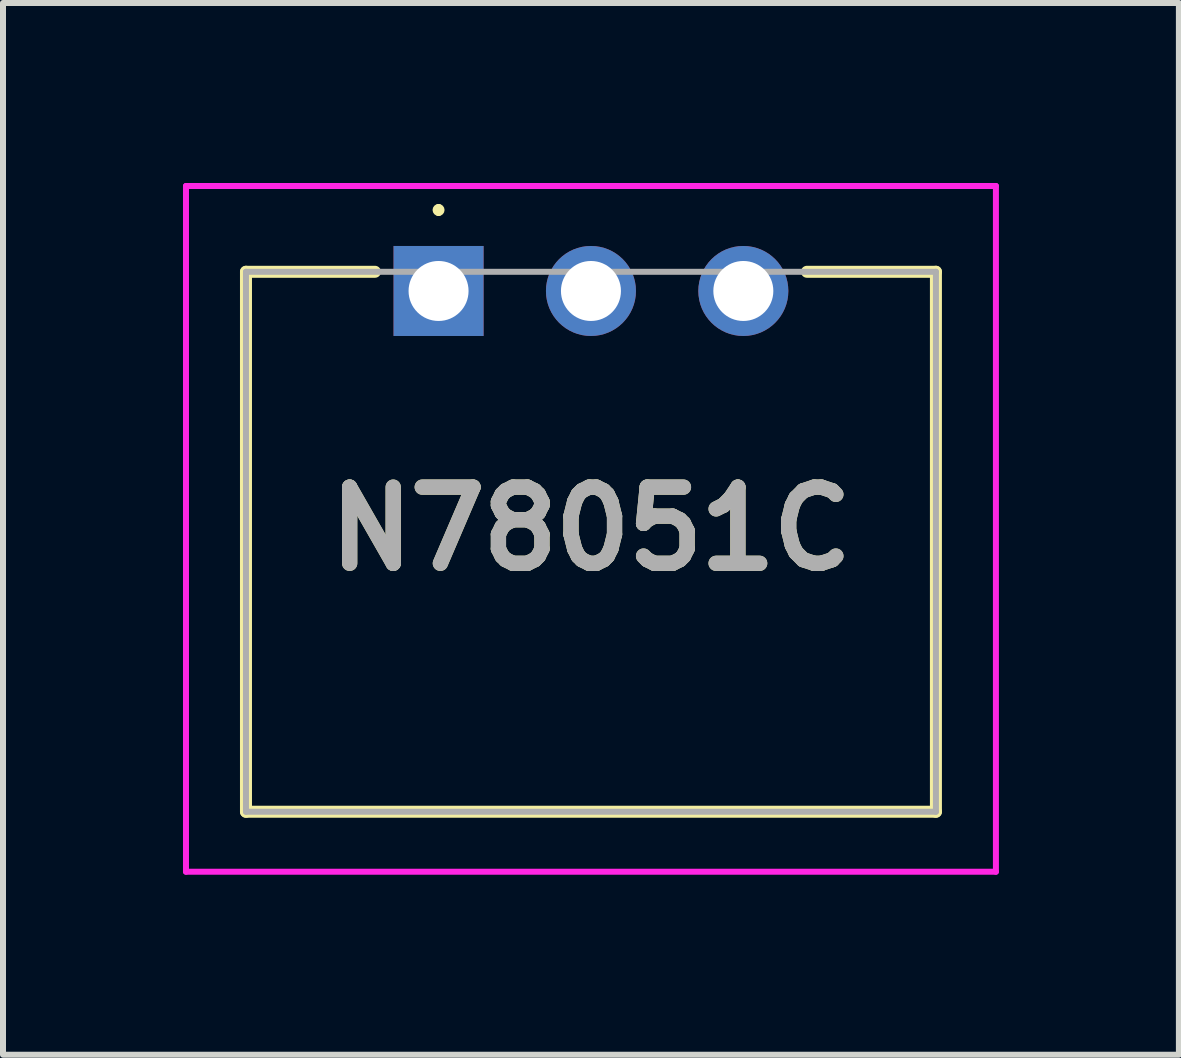
<source format=kicad_pcb>
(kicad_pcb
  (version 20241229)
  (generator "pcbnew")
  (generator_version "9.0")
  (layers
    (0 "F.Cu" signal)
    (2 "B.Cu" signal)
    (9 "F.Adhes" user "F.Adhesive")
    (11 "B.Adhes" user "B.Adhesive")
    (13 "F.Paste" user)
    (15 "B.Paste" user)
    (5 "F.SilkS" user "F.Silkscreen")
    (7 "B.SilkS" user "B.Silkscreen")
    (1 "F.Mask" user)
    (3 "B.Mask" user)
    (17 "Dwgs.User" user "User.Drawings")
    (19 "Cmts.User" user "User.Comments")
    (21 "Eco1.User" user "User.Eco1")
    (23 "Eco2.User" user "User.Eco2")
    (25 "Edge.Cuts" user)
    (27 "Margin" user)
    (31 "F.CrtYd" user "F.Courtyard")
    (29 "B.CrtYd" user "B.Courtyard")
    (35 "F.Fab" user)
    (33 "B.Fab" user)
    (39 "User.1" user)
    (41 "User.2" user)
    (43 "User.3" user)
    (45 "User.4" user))
  (footprint "N78051C"
    (layer "F.Cu")
    (at 4.26 1.8)
    (property "Reference" "N78051C" (at 2.54 3.965 0) (layer "F.SilkS") (effects (font (size 1.27 1.27) (thickness 0.254))))
    (attr through_hole)
    (fp_line (start -3.21 -0.32) (end -3.21 8.68) (stroke (width 0.2) (type solid)) (layer "F.SilkS"))
    (fp_line (start -3.21 8.68) (end 8.29 8.68) (stroke (width 0.2) (type solid)) (layer "F.SilkS"))
    (fp_line (start -1.06 -0.32) (end -3.21 -0.32) (stroke (width 0.2) (type solid)) (layer "F.SilkS"))
    (fp_line (start 0 -1.4) (end 0 -1.4) (stroke (width 0.1) (type solid)) (layer "F.SilkS"))
    (fp_line (start 0 -1.3) (end 0 -1.3) (stroke (width 0.1) (type solid)) (layer "F.SilkS"))
    (fp_line (start 8.29 -0.32) (end 6.14 -0.32) (stroke (width 0.2) (type solid)) (layer "F.SilkS"))
    (fp_line (start 8.29 8.68) (end 8.29 -0.32) (stroke (width 0.2) (type solid)) (layer "F.SilkS"))
    (fp_arc (start 0 -1.4) (mid 0.05 -1.35) (end 0 -1.3) (stroke (width 0.1) (type solid)) (layer "F.SilkS"))
    (fp_arc (start 0 -1.3) (mid -0.05 -1.35) (end 0 -1.4) (stroke (width 0.1) (type solid)) (layer "F.SilkS"))
    (fp_line (start -4.21 -1.75) (end 9.29 -1.75) (stroke (width 0.1) (type solid)) (layer "F.CrtYd"))
    (fp_line (start -4.21 9.68) (end -4.21 -1.75) (stroke (width 0.1) (type solid)) (layer "F.CrtYd"))
    (fp_line (start 9.29 -1.75) (end 9.29 9.68) (stroke (width 0.1) (type solid)) (layer "F.CrtYd"))
    (fp_line (start 9.29 9.68) (end -4.21 9.68) (stroke (width 0.1) (type solid)) (layer "F.CrtYd"))
    (fp_line (start -3.21 -0.32) (end -3.21 8.68) (stroke (width 0.1) (type solid)) (layer "F.Fab"))
    (fp_line (start -3.21 8.68) (end 8.29 8.68) (stroke (width 0.1) (type solid)) (layer "F.Fab"))
    (fp_line (start 8.29 -0.32) (end -3.21 -0.32) (stroke (width 0.1) (type solid)) (layer "F.Fab"))
    (fp_line (start 8.29 8.68) (end 8.29 -0.32) (stroke (width 0.1) (type solid)) (layer "F.Fab"))
    (fp_text user "${REFERENCE}" (at 2.54 3.965 0) (layer "F.Fab") (effects (font (size 1.27 1.27) (thickness 0.254))))
    (pad "1" thru_hole rect (at 0 0) (size 1.5 1.5) (drill 1) (layers "*.Cu" "*.Mask"))
    (pad "2" thru_hole circle (at 2.54 0) (size 1.5 1.5) (drill 1) (layers "*.Cu" "*.Mask"))
    (pad "3" thru_hole circle (at 5.08 0) (size 1.5 1.5) (drill 1) (layers "*.Cu" "*.Mask")))
  (gr_rect
    (start -3 -3)
    (end 16.6 14.53)
    (stroke (width 0.1) (type default))
    (fill no)
    (layer "Edge.Cuts")))
</source>
